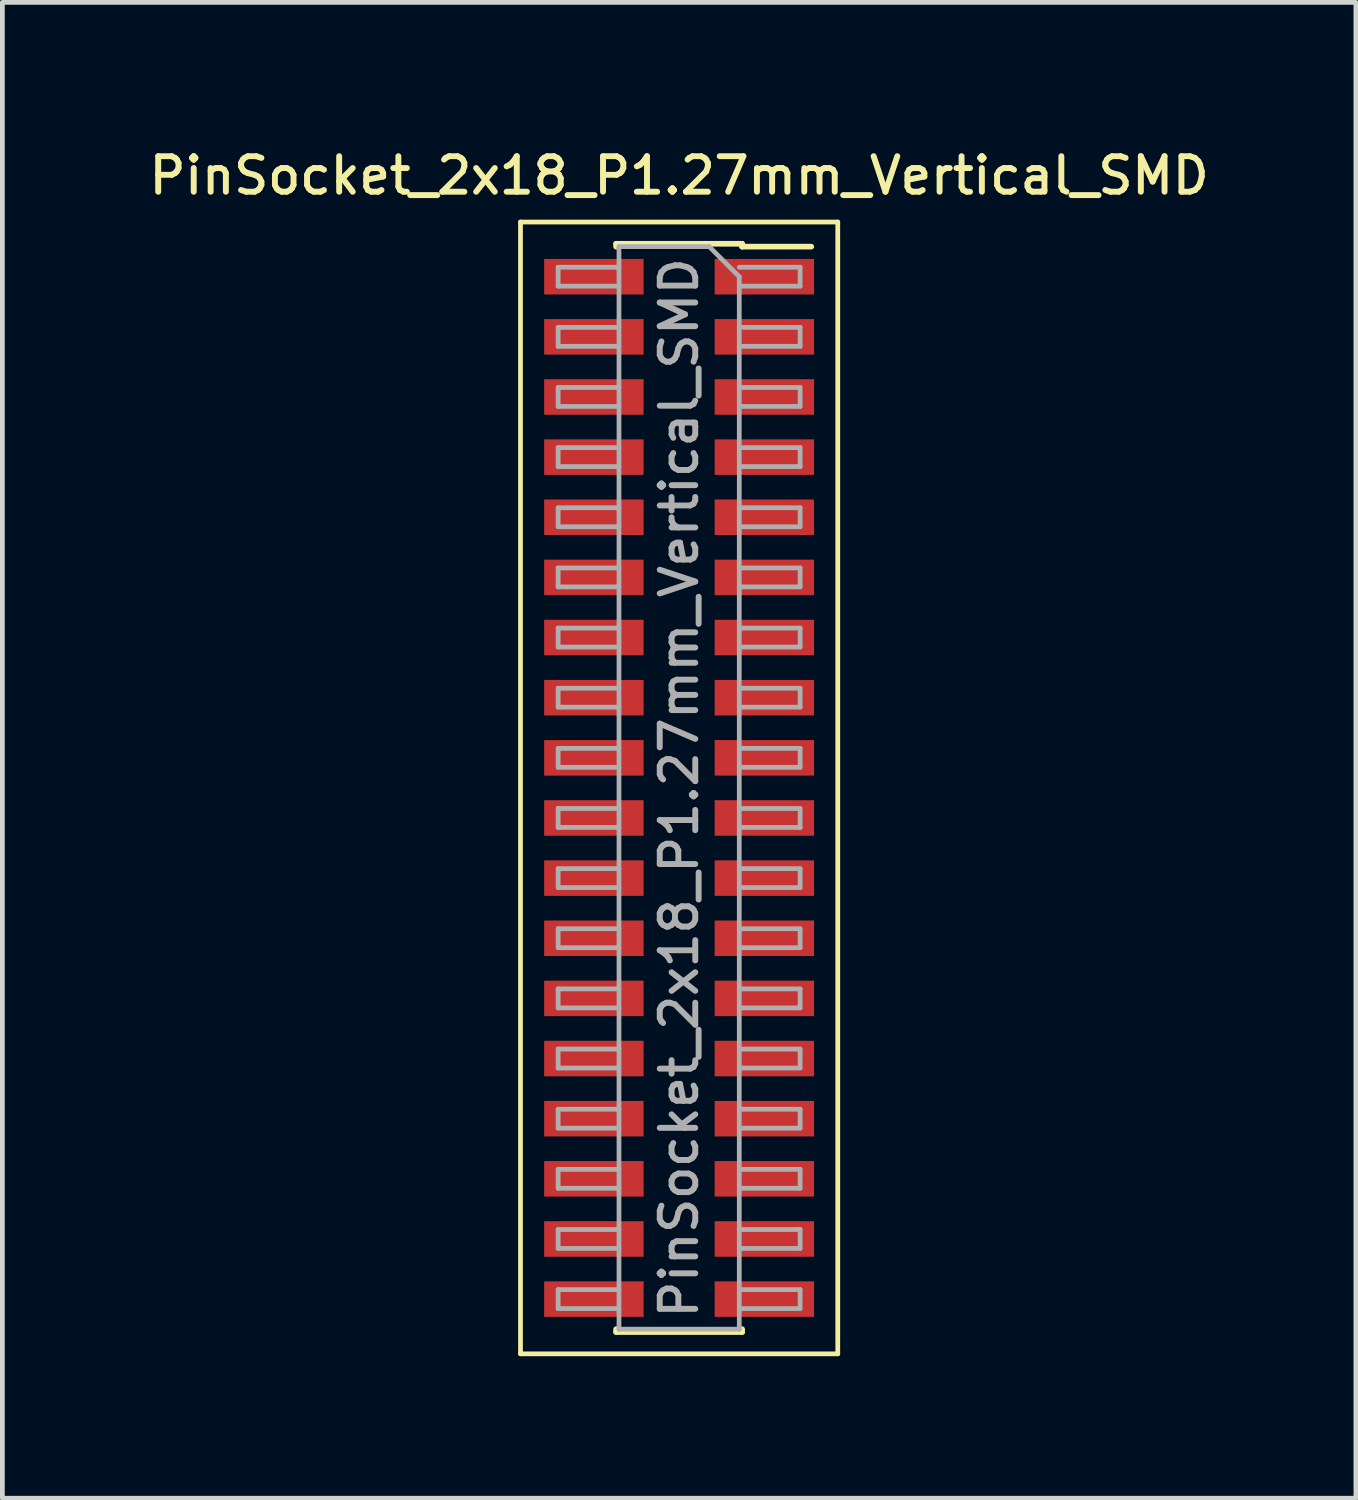
<source format=kicad_pcb>
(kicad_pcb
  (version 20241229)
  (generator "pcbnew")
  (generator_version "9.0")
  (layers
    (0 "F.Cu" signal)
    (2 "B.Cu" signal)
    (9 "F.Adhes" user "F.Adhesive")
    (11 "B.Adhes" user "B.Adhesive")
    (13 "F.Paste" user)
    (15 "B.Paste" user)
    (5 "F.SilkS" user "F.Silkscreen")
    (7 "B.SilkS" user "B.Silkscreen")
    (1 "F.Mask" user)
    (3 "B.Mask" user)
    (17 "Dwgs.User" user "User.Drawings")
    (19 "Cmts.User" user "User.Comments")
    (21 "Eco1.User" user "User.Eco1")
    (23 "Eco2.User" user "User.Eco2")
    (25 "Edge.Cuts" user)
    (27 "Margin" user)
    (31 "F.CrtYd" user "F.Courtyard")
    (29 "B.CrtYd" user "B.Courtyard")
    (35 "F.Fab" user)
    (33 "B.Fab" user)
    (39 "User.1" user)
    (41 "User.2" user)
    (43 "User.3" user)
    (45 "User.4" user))
  (footprint "PinSocket_2x18_P1.27mm_Vertical_SMD"
    (layer "F.Cu")
    (at 11.291 13.588)
    (property "Reference" "PinSocket_2x18_P1.27mm_Vertical_SMD" (at 0 -12.93 0) (layer "F.SilkS") (effects (font (size 0.75 0.75) (thickness 0.125))))
    (attr smd)
    (fp_line (start -3.35 -11.95) (end 3.35 -11.95) (stroke (width 0.1) (type solid)) (layer "F.SilkS"))
    (fp_line (start -3.35 11.95) (end -3.35 -11.95) (stroke (width 0.1) (type solid)) (layer "F.SilkS"))
    (fp_line (start -1.33 -11.49) (end -1.33 -11.43) (stroke (width 0.12) (type solid)) (layer "F.SilkS"))
    (fp_line (start -1.33 -11.49) (end 1.33 -11.49) (stroke (width 0.12) (type solid)) (layer "F.SilkS"))
    (fp_line (start -1.33 11.43) (end -1.33 11.49) (stroke (width 0.12) (type solid)) (layer "F.SilkS"))
    (fp_line (start -1.33 11.49) (end 1.33 11.49) (stroke (width 0.12) (type solid)) (layer "F.SilkS"))
    (fp_line (start 1.33 -11.49) (end 1.33 -11.43) (stroke (width 0.12) (type solid)) (layer "F.SilkS"))
    (fp_line (start 1.33 -11.43) (end 2.79 -11.43) (stroke (width 0.12) (type solid)) (layer "F.SilkS"))
    (fp_line (start 1.33 11.43) (end 1.33 11.49) (stroke (width 0.12) (type solid)) (layer "F.SilkS"))
    (fp_line (start 3.35 -11.95) (end 3.35 11.95) (stroke (width 0.1) (type solid)) (layer "F.SilkS"))
    (fp_line (start 3.35 11.95) (end -3.35 11.95) (stroke (width 0.1) (type solid)) (layer "F.SilkS"))
    (fp_line (start -2.555 -10.995) (end -1.27 -10.995) (stroke (width 0.1) (type solid)) (layer "F.Fab"))
    (fp_line (start -2.555 -10.595) (end -2.555 -10.995) (stroke (width 0.1) (type solid)) (layer "F.Fab"))
    (fp_line (start -2.555 -9.725) (end -1.27 -9.725) (stroke (width 0.1) (type solid)) (layer "F.Fab"))
    (fp_line (start -2.555 -9.325) (end -2.555 -9.725) (stroke (width 0.1) (type solid)) (layer "F.Fab"))
    (fp_line (start -2.555 -8.455) (end -1.27 -8.455) (stroke (width 0.1) (type solid)) (layer "F.Fab"))
    (fp_line (start -2.555 -8.055) (end -2.555 -8.455) (stroke (width 0.1) (type solid)) (layer "F.Fab"))
    (fp_line (start -2.555 -7.185) (end -1.27 -7.185) (stroke (width 0.1) (type solid)) (layer "F.Fab"))
    (fp_line (start -2.555 -6.785) (end -2.555 -7.185) (stroke (width 0.1) (type solid)) (layer "F.Fab"))
    (fp_line (start -2.555 -5.915) (end -1.27 -5.915) (stroke (width 0.1) (type solid)) (layer "F.Fab"))
    (fp_line (start -2.555 -5.515) (end -2.555 -5.915) (stroke (width 0.1) (type solid)) (layer "F.Fab"))
    (fp_line (start -2.555 -4.645) (end -1.27 -4.645) (stroke (width 0.1) (type solid)) (layer "F.Fab"))
    (fp_line (start -2.555 -4.245) (end -2.555 -4.645) (stroke (width 0.1) (type solid)) (layer "F.Fab"))
    (fp_line (start -2.555 -3.375) (end -1.27 -3.375) (stroke (width 0.1) (type solid)) (layer "F.Fab"))
    (fp_line (start -2.555 -2.975) (end -2.555 -3.375) (stroke (width 0.1) (type solid)) (layer "F.Fab"))
    (fp_line (start -2.555 -2.105) (end -1.27 -2.105) (stroke (width 0.1) (type solid)) (layer "F.Fab"))
    (fp_line (start -2.555 -1.705) (end -2.555 -2.105) (stroke (width 0.1) (type solid)) (layer "F.Fab"))
    (fp_line (start -2.555 -0.835) (end -1.27 -0.835) (stroke (width 0.1) (type solid)) (layer "F.Fab"))
    (fp_line (start -2.555 -0.435) (end -2.555 -0.835) (stroke (width 0.1) (type solid)) (layer "F.Fab"))
    (fp_line (start -2.555 0.435) (end -1.27 0.435) (stroke (width 0.1) (type solid)) (layer "F.Fab"))
    (fp_line (start -2.555 0.835) (end -2.555 0.435) (stroke (width 0.1) (type solid)) (layer "F.Fab"))
    (fp_line (start -2.555 1.705) (end -1.27 1.705) (stroke (width 0.1) (type solid)) (layer "F.Fab"))
    (fp_line (start -2.555 2.105) (end -2.555 1.705) (stroke (width 0.1) (type solid)) (layer "F.Fab"))
    (fp_line (start -2.555 2.975) (end -1.27 2.975) (stroke (width 0.1) (type solid)) (layer "F.Fab"))
    (fp_line (start -2.555 3.375) (end -2.555 2.975) (stroke (width 0.1) (type solid)) (layer "F.Fab"))
    (fp_line (start -2.555 4.245) (end -1.27 4.245) (stroke (width 0.1) (type solid)) (layer "F.Fab"))
    (fp_line (start -2.555 4.645) (end -2.555 4.245) (stroke (width 0.1) (type solid)) (layer "F.Fab"))
    (fp_line (start -2.555 5.515) (end -1.27 5.515) (stroke (width 0.1) (type solid)) (layer "F.Fab"))
    (fp_line (start -2.555 5.915) (end -2.555 5.515) (stroke (width 0.1) (type solid)) (layer "F.Fab"))
    (fp_line (start -2.555 6.785) (end -1.27 6.785) (stroke (width 0.1) (type solid)) (layer "F.Fab"))
    (fp_line (start -2.555 7.185) (end -2.555 6.785) (stroke (width 0.1) (type solid)) (layer "F.Fab"))
    (fp_line (start -2.555 8.055) (end -1.27 8.055) (stroke (width 0.1) (type solid)) (layer "F.Fab"))
    (fp_line (start -2.555 8.455) (end -2.555 8.055) (stroke (width 0.1) (type solid)) (layer "F.Fab"))
    (fp_line (start -2.555 9.325) (end -1.27 9.325) (stroke (width 0.1) (type solid)) (layer "F.Fab"))
    (fp_line (start -2.555 9.725) (end -2.555 9.325) (stroke (width 0.1) (type solid)) (layer "F.Fab"))
    (fp_line (start -2.555 10.595) (end -1.27 10.595) (stroke (width 0.1) (type solid)) (layer "F.Fab"))
    (fp_line (start -2.555 10.995) (end -2.555 10.595) (stroke (width 0.1) (type solid)) (layer "F.Fab"))
    (fp_line (start -1.27 -11.43) (end 0.635 -11.43) (stroke (width 0.1) (type solid)) (layer "F.Fab"))
    (fp_line (start -1.27 -10.595) (end -2.555 -10.595) (stroke (width 0.1) (type solid)) (layer "F.Fab"))
    (fp_line (start -1.27 -9.325) (end -2.555 -9.325) (stroke (width 0.1) (type solid)) (layer "F.Fab"))
    (fp_line (start -1.27 -8.055) (end -2.555 -8.055) (stroke (width 0.1) (type solid)) (layer "F.Fab"))
    (fp_line (start -1.27 -6.785) (end -2.555 -6.785) (stroke (width 0.1) (type solid)) (layer "F.Fab"))
    (fp_line (start -1.27 -5.515) (end -2.555 -5.515) (stroke (width 0.1) (type solid)) (layer "F.Fab"))
    (fp_line (start -1.27 -4.245) (end -2.555 -4.245) (stroke (width 0.1) (type solid)) (layer "F.Fab"))
    (fp_line (start -1.27 -2.975) (end -2.555 -2.975) (stroke (width 0.1) (type solid)) (layer "F.Fab"))
    (fp_line (start -1.27 -1.705) (end -2.555 -1.705) (stroke (width 0.1) (type solid)) (layer "F.Fab"))
    (fp_line (start -1.27 -0.435) (end -2.555 -0.435) (stroke (width 0.1) (type solid)) (layer "F.Fab"))
    (fp_line (start -1.27 0.835) (end -2.555 0.835) (stroke (width 0.1) (type solid)) (layer "F.Fab"))
    (fp_line (start -1.27 2.105) (end -2.555 2.105) (stroke (width 0.1) (type solid)) (layer "F.Fab"))
    (fp_line (start -1.27 3.375) (end -2.555 3.375) (stroke (width 0.1) (type solid)) (layer "F.Fab"))
    (fp_line (start -1.27 4.645) (end -2.555 4.645) (stroke (width 0.1) (type solid)) (layer "F.Fab"))
    (fp_line (start -1.27 5.915) (end -2.555 5.915) (stroke (width 0.1) (type solid)) (layer "F.Fab"))
    (fp_line (start -1.27 7.185) (end -2.555 7.185) (stroke (width 0.1) (type solid)) (layer "F.Fab"))
    (fp_line (start -1.27 8.455) (end -2.555 8.455) (stroke (width 0.1) (type solid)) (layer "F.Fab"))
    (fp_line (start -1.27 9.725) (end -2.555 9.725) (stroke (width 0.1) (type solid)) (layer "F.Fab"))
    (fp_line (start -1.27 10.995) (end -2.555 10.995) (stroke (width 0.1) (type solid)) (layer "F.Fab"))
    (fp_line (start -1.27 11.43) (end -1.27 -11.43) (stroke (width 0.1) (type solid)) (layer "F.Fab"))
    (fp_line (start 0.635 -11.43) (end 1.27 -10.795) (stroke (width 0.1) (type solid)) (layer "F.Fab"))
    (fp_line (start 1.27 -10.995) (end 2.555 -10.995) (stroke (width 0.1) (type solid)) (layer "F.Fab"))
    (fp_line (start 1.27 -10.795) (end 1.27 11.43) (stroke (width 0.1) (type solid)) (layer "F.Fab"))
    (fp_line (start 1.27 -9.725) (end 2.555 -9.725) (stroke (width 0.1) (type solid)) (layer "F.Fab"))
    (fp_line (start 1.27 -8.455) (end 2.555 -8.455) (stroke (width 0.1) (type solid)) (layer "F.Fab"))
    (fp_line (start 1.27 -7.185) (end 2.555 -7.185) (stroke (width 0.1) (type solid)) (layer "F.Fab"))
    (fp_line (start 1.27 -5.915) (end 2.555 -5.915) (stroke (width 0.1) (type solid)) (layer "F.Fab"))
    (fp_line (start 1.27 -4.645) (end 2.555 -4.645) (stroke (width 0.1) (type solid)) (layer "F.Fab"))
    (fp_line (start 1.27 -3.375) (end 2.555 -3.375) (stroke (width 0.1) (type solid)) (layer "F.Fab"))
    (fp_line (start 1.27 -2.105) (end 2.555 -2.105) (stroke (width 0.1) (type solid)) (layer "F.Fab"))
    (fp_line (start 1.27 -0.835) (end 2.555 -0.835) (stroke (width 0.1) (type solid)) (layer "F.Fab"))
    (fp_line (start 1.27 0.435) (end 2.555 0.435) (stroke (width 0.1) (type solid)) (layer "F.Fab"))
    (fp_line (start 1.27 1.705) (end 2.555 1.705) (stroke (width 0.1) (type solid)) (layer "F.Fab"))
    (fp_line (start 1.27 2.975) (end 2.555 2.975) (stroke (width 0.1) (type solid)) (layer "F.Fab"))
    (fp_line (start 1.27 4.245) (end 2.555 4.245) (stroke (width 0.1) (type solid)) (layer "F.Fab"))
    (fp_line (start 1.27 5.515) (end 2.555 5.515) (stroke (width 0.1) (type solid)) (layer "F.Fab"))
    (fp_line (start 1.27 6.785) (end 2.555 6.785) (stroke (width 0.1) (type solid)) (layer "F.Fab"))
    (fp_line (start 1.27 8.055) (end 2.555 8.055) (stroke (width 0.1) (type solid)) (layer "F.Fab"))
    (fp_line (start 1.27 9.325) (end 2.555 9.325) (stroke (width 0.1) (type solid)) (layer "F.Fab"))
    (fp_line (start 1.27 10.595) (end 2.555 10.595) (stroke (width 0.1) (type solid)) (layer "F.Fab"))
    (fp_line (start 1.27 11.43) (end -1.27 11.43) (stroke (width 0.1) (type solid)) (layer "F.Fab"))
    (fp_line (start 2.555 -10.995) (end 2.555 -10.595) (stroke (width 0.1) (type solid)) (layer "F.Fab"))
    (fp_line (start 2.555 -10.595) (end 1.27 -10.595) (stroke (width 0.1) (type solid)) (layer "F.Fab"))
    (fp_line (start 2.555 -9.725) (end 2.555 -9.325) (stroke (width 0.1) (type solid)) (layer "F.Fab"))
    (fp_line (start 2.555 -9.325) (end 1.27 -9.325) (stroke (width 0.1) (type solid)) (layer "F.Fab"))
    (fp_line (start 2.555 -8.455) (end 2.555 -8.055) (stroke (width 0.1) (type solid)) (layer "F.Fab"))
    (fp_line (start 2.555 -8.055) (end 1.27 -8.055) (stroke (width 0.1) (type solid)) (layer "F.Fab"))
    (fp_line (start 2.555 -7.185) (end 2.555 -6.785) (stroke (width 0.1) (type solid)) (layer "F.Fab"))
    (fp_line (start 2.555 -6.785) (end 1.27 -6.785) (stroke (width 0.1) (type solid)) (layer "F.Fab"))
    (fp_line (start 2.555 -5.915) (end 2.555 -5.515) (stroke (width 0.1) (type solid)) (layer "F.Fab"))
    (fp_line (start 2.555 -5.515) (end 1.27 -5.515) (stroke (width 0.1) (type solid)) (layer "F.Fab"))
    (fp_line (start 2.555 -4.645) (end 2.555 -4.245) (stroke (width 0.1) (type solid)) (layer "F.Fab"))
    (fp_line (start 2.555 -4.245) (end 1.27 -4.245) (stroke (width 0.1) (type solid)) (layer "F.Fab"))
    (fp_line (start 2.555 -3.375) (end 2.555 -2.975) (stroke (width 0.1) (type solid)) (layer "F.Fab"))
    (fp_line (start 2.555 -2.975) (end 1.27 -2.975) (stroke (width 0.1) (type solid)) (layer "F.Fab"))
    (fp_line (start 2.555 -2.105) (end 2.555 -1.705) (stroke (width 0.1) (type solid)) (layer "F.Fab"))
    (fp_line (start 2.555 -1.705) (end 1.27 -1.705) (stroke (width 0.1) (type solid)) (layer "F.Fab"))
    (fp_line (start 2.555 -0.835) (end 2.555 -0.435) (stroke (width 0.1) (type solid)) (layer "F.Fab"))
    (fp_line (start 2.555 -0.435) (end 1.27 -0.435) (stroke (width 0.1) (type solid)) (layer "F.Fab"))
    (fp_line (start 2.555 0.435) (end 2.555 0.835) (stroke (width 0.1) (type solid)) (layer "F.Fab"))
    (fp_line (start 2.555 0.835) (end 1.27 0.835) (stroke (width 0.1) (type solid)) (layer "F.Fab"))
    (fp_line (start 2.555 1.705) (end 2.555 2.105) (stroke (width 0.1) (type solid)) (layer "F.Fab"))
    (fp_line (start 2.555 2.105) (end 1.27 2.105) (stroke (width 0.1) (type solid)) (layer "F.Fab"))
    (fp_line (start 2.555 2.975) (end 2.555 3.375) (stroke (width 0.1) (type solid)) (layer "F.Fab"))
    (fp_line (start 2.555 3.375) (end 1.27 3.375) (stroke (width 0.1) (type solid)) (layer "F.Fab"))
    (fp_line (start 2.555 4.245) (end 2.555 4.645) (stroke (width 0.1) (type solid)) (layer "F.Fab"))
    (fp_line (start 2.555 4.645) (end 1.27 4.645) (stroke (width 0.1) (type solid)) (layer "F.Fab"))
    (fp_line (start 2.555 5.515) (end 2.555 5.915) (stroke (width 0.1) (type solid)) (layer "F.Fab"))
    (fp_line (start 2.555 5.915) (end 1.27 5.915) (stroke (width 0.1) (type solid)) (layer "F.Fab"))
    (fp_line (start 2.555 6.785) (end 2.555 7.185) (stroke (width 0.1) (type solid)) (layer "F.Fab"))
    (fp_line (start 2.555 7.185) (end 1.27 7.185) (stroke (width 0.1) (type solid)) (layer "F.Fab"))
    (fp_line (start 2.555 8.055) (end 2.555 8.455) (stroke (width 0.1) (type solid)) (layer "F.Fab"))
    (fp_line (start 2.555 8.455) (end 1.27 8.455) (stroke (width 0.1) (type solid)) (layer "F.Fab"))
    (fp_line (start 2.555 9.325) (end 2.555 9.725) (stroke (width 0.1) (type solid)) (layer "F.Fab"))
    (fp_line (start 2.555 9.725) (end 1.27 9.725) (stroke (width 0.1) (type solid)) (layer "F.Fab"))
    (fp_line (start 2.555 10.595) (end 2.555 10.995) (stroke (width 0.1) (type solid)) (layer "F.Fab"))
    (fp_line (start 2.555 10.995) (end 1.27 10.995) (stroke (width 0.1) (type solid)) (layer "F.Fab"))
    (fp_text user "${REFERENCE}" (at 0 0 90) (layer "F.Fab") (effects (font (size 0.75 0.75) (thickness 0.125))))
    (pad "1" smd rect (at 1.8 -10.795) (size 2.1 0.75) (layers "F.Cu" "F.Mask" "F.Paste"))
    (pad "2" smd rect (at -1.8 -10.795) (size 2.1 0.75) (layers "F.Cu" "F.Mask" "F.Paste"))
    (pad "3" smd rect (at 1.8 -9.525) (size 2.1 0.75) (layers "F.Cu" "F.Mask" "F.Paste"))
    (pad "4" smd rect (at -1.8 -9.525) (size 2.1 0.75) (layers "F.Cu" "F.Mask" "F.Paste"))
    (pad "5" smd rect (at 1.8 -8.255) (size 2.1 0.75) (layers "F.Cu" "F.Mask" "F.Paste"))
    (pad "6" smd rect (at -1.8 -8.255) (size 2.1 0.75) (layers "F.Cu" "F.Mask" "F.Paste"))
    (pad "7" smd rect (at 1.8 -6.985) (size 2.1 0.75) (layers "F.Cu" "F.Mask" "F.Paste"))
    (pad "8" smd rect (at -1.8 -6.985) (size 2.1 0.75) (layers "F.Cu" "F.Mask" "F.Paste"))
    (pad "9" smd rect (at 1.8 -5.715) (size 2.1 0.75) (layers "F.Cu" "F.Mask" "F.Paste"))
    (pad "10" smd rect (at -1.8 -5.715) (size 2.1 0.75) (layers "F.Cu" "F.Mask" "F.Paste"))
    (pad "11" smd rect (at 1.8 -4.445) (size 2.1 0.75) (layers "F.Cu" "F.Mask" "F.Paste"))
    (pad "12" smd rect (at -1.8 -4.445) (size 2.1 0.75) (layers "F.Cu" "F.Mask" "F.Paste"))
    (pad "13" smd rect (at 1.8 -3.175) (size 2.1 0.75) (layers "F.Cu" "F.Mask" "F.Paste"))
    (pad "14" smd rect (at -1.8 -3.175) (size 2.1 0.75) (layers "F.Cu" "F.Mask" "F.Paste"))
    (pad "15" smd rect (at 1.8 -1.905) (size 2.1 0.75) (layers "F.Cu" "F.Mask" "F.Paste"))
    (pad "16" smd rect (at -1.8 -1.905) (size 2.1 0.75) (layers "F.Cu" "F.Mask" "F.Paste"))
    (pad "17" smd rect (at 1.8 -0.635) (size 2.1 0.75) (layers "F.Cu" "F.Mask" "F.Paste"))
    (pad "18" smd rect (at -1.8 -0.635) (size 2.1 0.75) (layers "F.Cu" "F.Mask" "F.Paste"))
    (pad "19" smd rect (at 1.8 0.635) (size 2.1 0.75) (layers "F.Cu" "F.Mask" "F.Paste"))
    (pad "20" smd rect (at -1.8 0.635) (size 2.1 0.75) (layers "F.Cu" "F.Mask" "F.Paste"))
    (pad "21" smd rect (at 1.8 1.905) (size 2.1 0.75) (layers "F.Cu" "F.Mask" "F.Paste"))
    (pad "22" smd rect (at -1.8 1.905) (size 2.1 0.75) (layers "F.Cu" "F.Mask" "F.Paste"))
    (pad "23" smd rect (at 1.8 3.175) (size 2.1 0.75) (layers "F.Cu" "F.Mask" "F.Paste"))
    (pad "24" smd rect (at -1.8 3.175) (size 2.1 0.75) (layers "F.Cu" "F.Mask" "F.Paste"))
    (pad "25" smd rect (at 1.8 4.445) (size 2.1 0.75) (layers "F.Cu" "F.Mask" "F.Paste"))
    (pad "26" smd rect (at -1.8 4.445) (size 2.1 0.75) (layers "F.Cu" "F.Mask" "F.Paste"))
    (pad "27" smd rect (at 1.8 5.715) (size 2.1 0.75) (layers "F.Cu" "F.Mask" "F.Paste"))
    (pad "28" smd rect (at -1.8 5.715) (size 2.1 0.75) (layers "F.Cu" "F.Mask" "F.Paste"))
    (pad "29" smd rect (at 1.8 6.985) (size 2.1 0.75) (layers "F.Cu" "F.Mask" "F.Paste"))
    (pad "30" smd rect (at -1.8 6.985) (size 2.1 0.75) (layers "F.Cu" "F.Mask" "F.Paste"))
    (pad "31" smd rect (at 1.8 8.255) (size 2.1 0.75) (layers "F.Cu" "F.Mask" "F.Paste"))
    (pad "32" smd rect (at -1.8 8.255) (size 2.1 0.75) (layers "F.Cu" "F.Mask" "F.Paste"))
    (pad "33" smd rect (at 1.8 9.525) (size 2.1 0.75) (layers "F.Cu" "F.Mask" "F.Paste"))
    (pad "34" smd rect (at -1.8 9.525) (size 2.1 0.75) (layers "F.Cu" "F.Mask" "F.Paste"))
    (pad "35" smd rect (at 1.8 10.795) (size 2.1 0.75) (layers "F.Cu" "F.Mask" "F.Paste"))
    (pad "36" smd rect (at -1.8 10.795) (size 2.1 0.75) (layers "F.Cu" "F.Mask" "F.Paste")))
  (gr_rect
    (start -3 -3)
    (end 25.582 28.588)
    (stroke (width 0.1) (type default))
    (fill no)
    (layer "Edge.Cuts")))
</source>
